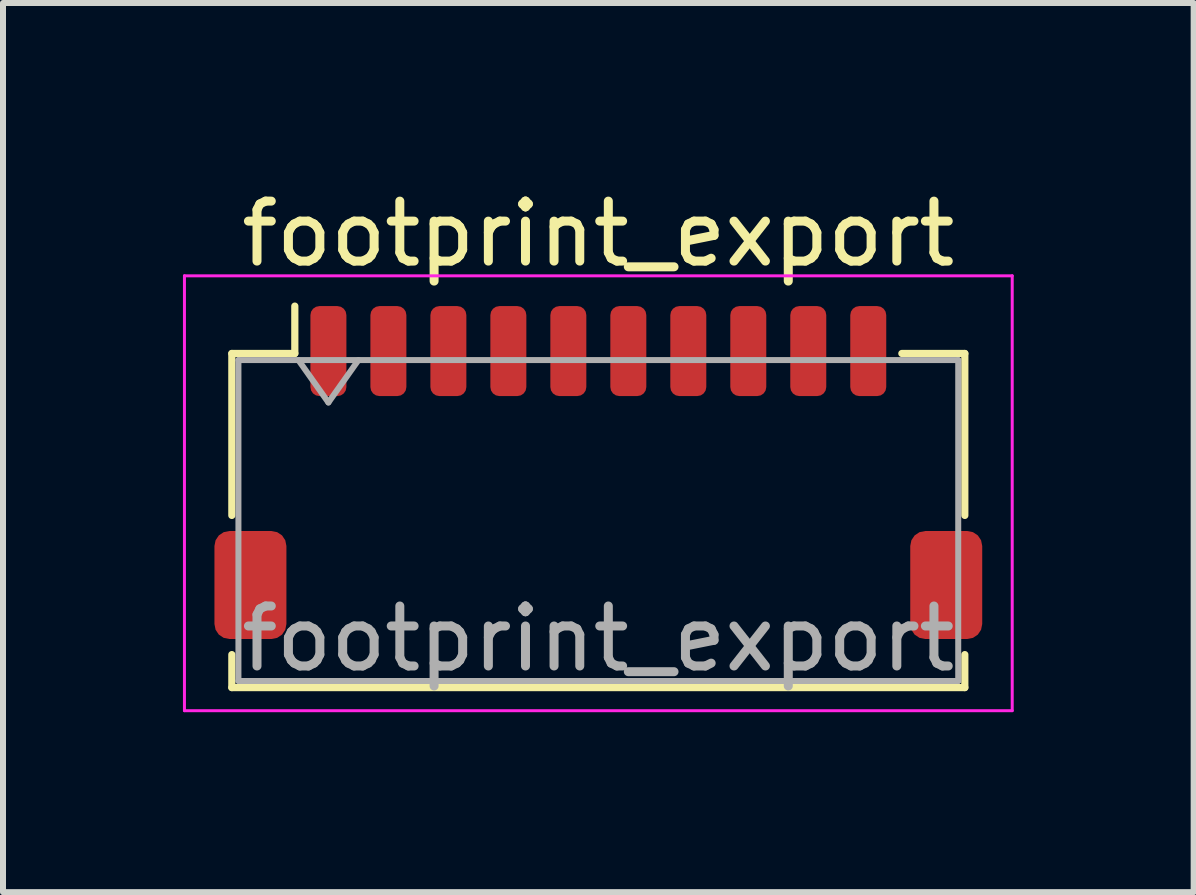
<source format=kicad_pcb>
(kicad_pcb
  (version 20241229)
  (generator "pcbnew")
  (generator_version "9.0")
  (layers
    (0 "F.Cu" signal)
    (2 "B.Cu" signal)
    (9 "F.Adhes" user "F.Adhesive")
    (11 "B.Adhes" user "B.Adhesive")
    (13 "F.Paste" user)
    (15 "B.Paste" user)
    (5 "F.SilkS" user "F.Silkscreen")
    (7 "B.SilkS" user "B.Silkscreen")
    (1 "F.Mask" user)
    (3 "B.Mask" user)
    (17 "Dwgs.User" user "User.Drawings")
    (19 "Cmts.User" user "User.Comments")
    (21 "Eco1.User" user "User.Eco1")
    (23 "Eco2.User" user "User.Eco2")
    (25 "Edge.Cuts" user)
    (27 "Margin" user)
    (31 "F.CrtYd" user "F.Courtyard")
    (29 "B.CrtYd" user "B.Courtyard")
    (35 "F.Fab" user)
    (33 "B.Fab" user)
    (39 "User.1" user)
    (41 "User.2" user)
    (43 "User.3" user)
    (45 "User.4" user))
  (footprint "footprint_export"
    (layer "F.Cu")
    (at 6.925 4.828)
    (property "Reference" "footprint_export" (at 0 -3.98 0) (layer "F.SilkS") (effects (font (size 1 1) (thickness 0.15))))
    (attr smd)
    (fp_line (start -6.11 -1.985) (end -5.06 -1.985) (stroke (width 0.12) (type solid)) (layer "F.SilkS"))
    (fp_line (start -6.11 0.715) (end -6.11 -1.985) (stroke (width 0.12) (type solid)) (layer "F.SilkS"))
    (fp_line (start -6.11 3.035) (end -6.11 3.585) (stroke (width 0.12) (type solid)) (layer "F.SilkS"))
    (fp_line (start -6.11 3.585) (end 6.11 3.585) (stroke (width 0.12) (type solid)) (layer "F.SilkS"))
    (fp_line (start -5.06 -1.985) (end -5.06 -2.775) (stroke (width 0.12) (type solid)) (layer "F.SilkS"))
    (fp_line (start 6.11 -1.985) (end 5.06 -1.985) (stroke (width 0.12) (type solid)) (layer "F.SilkS"))
    (fp_line (start 6.11 0.715) (end 6.11 -1.985) (stroke (width 0.12) (type solid)) (layer "F.SilkS"))
    (fp_line (start 6.11 3.585) (end 6.11 3.035) (stroke (width 0.12) (type solid)) (layer "F.SilkS"))
    (fp_line (start -6.9 -3.28) (end -6.9 3.97) (stroke (width 0.05) (type solid)) (layer "F.CrtYd"))
    (fp_line (start -6.9 3.97) (end 6.9 3.97) (stroke (width 0.05) (type solid)) (layer "F.CrtYd"))
    (fp_line (start 6.9 -3.28) (end -6.9 -3.28) (stroke (width 0.05) (type solid)) (layer "F.CrtYd"))
    (fp_line (start 6.9 3.97) (end 6.9 -3.28) (stroke (width 0.05) (type solid)) (layer "F.CrtYd"))
    (fp_line (start -6 -1.875) (end -6 3.475) (stroke (width 0.1) (type solid)) (layer "F.Fab"))
    (fp_line (start -6 -1.875) (end 6 -1.875) (stroke (width 0.1) (type solid)) (layer "F.Fab"))
    (fp_line (start -6 3.475) (end 6 3.475) (stroke (width 0.1) (type solid)) (layer "F.Fab"))
    (fp_line (start -5 -1.875) (end -4.5 -1.168) (stroke (width 0.1) (type solid)) (layer "F.Fab"))
    (fp_line (start -4.5 -1.168) (end -4 -1.875) (stroke (width 0.1) (type solid)) (layer "F.Fab"))
    (fp_line (start 6 -1.875) (end 6 3.475) (stroke (width 0.1) (type solid)) (layer "F.Fab"))
    (fp_text user "${REFERENCE}" (at 0 2.77 0) (layer "F.Fab") (effects (font (size 1 1) (thickness 0.15))))
    (pad "1" smd roundrect (at -4.5 -2.025) (size 0.6 1.5) (layers "F.Cu" "F.Mask" "F.Paste") (roundrect_rratio 0.25))
    (pad "2" smd roundrect (at -3.5 -2.025) (size 0.6 1.5) (layers "F.Cu" "F.Mask" "F.Paste") (roundrect_rratio 0.25))
    (pad "3" smd roundrect (at -2.5 -2.025) (size 0.6 1.5) (layers "F.Cu" "F.Mask" "F.Paste") (roundrect_rratio 0.25))
    (pad "4" smd roundrect (at -1.5 -2.025) (size 0.6 1.5) (layers "F.Cu" "F.Mask" "F.Paste") (roundrect_rratio 0.25))
    (pad "5" smd roundrect (at -0.5 -2.025) (size 0.6 1.5) (layers "F.Cu" "F.Mask" "F.Paste") (roundrect_rratio 0.25))
    (pad "6" smd roundrect (at 0.5 -2.025) (size 0.6 1.5) (layers "F.Cu" "F.Mask" "F.Paste") (roundrect_rratio 0.25))
    (pad "7" smd roundrect (at 1.5 -2.025) (size 0.6 1.5) (layers "F.Cu" "F.Mask" "F.Paste") (roundrect_rratio 0.25))
    (pad "8" smd roundrect (at 2.5 -2.025) (size 0.6 1.5) (layers "F.Cu" "F.Mask" "F.Paste") (roundrect_rratio 0.25))
    (pad "9" smd roundrect (at 3.5 -2.025) (size 0.6 1.5) (layers "F.Cu" "F.Mask" "F.Paste") (roundrect_rratio 0.25))
    (pad "10" smd roundrect (at 4.5 -2.025) (size 0.6 1.5) (layers "F.Cu" "F.Mask" "F.Paste") (roundrect_rratio 0.25))
    (pad "MP" smd roundrect (at -5.8 1.875) (size 1.2 1.8) (layers "F.Cu" "F.Mask" "F.Paste") (roundrect_rratio 0.208))
    (pad "MP" smd roundrect (at 5.8 1.875) (size 1.2 1.8) (layers "F.Cu" "F.Mask" "F.Paste") (roundrect_rratio 0.208)))
  (gr_rect
    (start -3 -3)
    (end 16.85 11.823)
    (stroke (width 0.1) (type default))
    (fill no)
    (layer "Edge.Cuts")))
</source>
